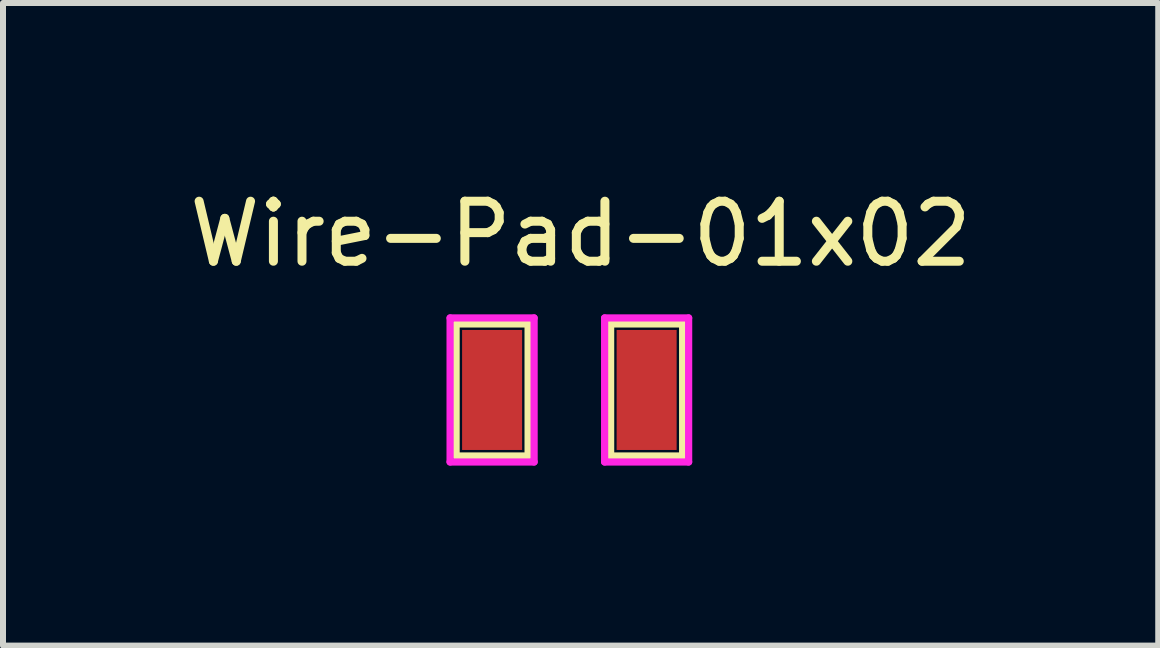
<source format=kicad_pcb>
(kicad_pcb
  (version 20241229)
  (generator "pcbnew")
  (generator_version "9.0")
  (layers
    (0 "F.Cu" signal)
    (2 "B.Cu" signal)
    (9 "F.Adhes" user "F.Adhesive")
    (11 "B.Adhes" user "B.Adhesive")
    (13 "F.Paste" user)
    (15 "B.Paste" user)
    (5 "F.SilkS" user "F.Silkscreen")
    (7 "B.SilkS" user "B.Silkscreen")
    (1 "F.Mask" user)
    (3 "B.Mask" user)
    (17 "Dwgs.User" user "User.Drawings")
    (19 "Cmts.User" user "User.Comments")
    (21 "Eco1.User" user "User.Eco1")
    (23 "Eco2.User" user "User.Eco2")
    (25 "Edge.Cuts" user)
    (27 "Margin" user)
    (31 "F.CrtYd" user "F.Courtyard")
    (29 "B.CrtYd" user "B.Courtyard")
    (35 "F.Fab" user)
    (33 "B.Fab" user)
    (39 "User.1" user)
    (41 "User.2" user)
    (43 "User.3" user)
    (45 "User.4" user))
  (footprint "Wire-Pad-01x02"
    (layer "F.Cu")
    (at 6.625 0.348)
    (property "Reference" "Wire-Pad-01x02" (at 0 0.5 0) (layer "F.SilkS") (effects (font (size 1 1) (thickness 0.15))))
    (attr through_hole)
    (fp_line (start -2.075 2) (end -0.875 2) (stroke (width 0.12) (type solid)) (layer "F.SilkS"))
    (fp_line (start -2.075 4.2) (end -2.075 2) (stroke (width 0.12) (type solid)) (layer "F.SilkS"))
    (fp_line (start -0.875 2) (end -0.875 4.2) (stroke (width 0.12) (type solid)) (layer "F.SilkS"))
    (fp_line (start -0.875 4.2) (end -2.075 4.2) (stroke (width 0.12) (type solid)) (layer "F.SilkS"))
    (fp_line (start 0.5 2) (end 1.7 2) (stroke (width 0.12) (type solid)) (layer "F.SilkS"))
    (fp_line (start 0.5 4.2) (end 0.5 2) (stroke (width 0.12) (type solid)) (layer "F.SilkS"))
    (fp_line (start 1.7 2) (end 1.7 4.2) (stroke (width 0.12) (type solid)) (layer "F.SilkS"))
    (fp_line (start 1.7 4.2) (end 0.5 4.2) (stroke (width 0.12) (type solid)) (layer "F.SilkS"))
    (fp_line (start -2.175 1.9) (end -0.775 1.9) (stroke (width 0.12) (type solid)) (layer "F.CrtYd"))
    (fp_line (start -2.175 4.3) (end -2.175 1.9) (stroke (width 0.12) (type solid)) (layer "F.CrtYd"))
    (fp_line (start -0.775 1.9) (end -0.775 4.3) (stroke (width 0.12) (type solid)) (layer "F.CrtYd"))
    (fp_line (start -0.775 4.3) (end -2.175 4.3) (stroke (width 0.12) (type solid)) (layer "F.CrtYd"))
    (fp_line (start 0.4 1.9) (end 1.8 1.9) (stroke (width 0.12) (type solid)) (layer "F.CrtYd"))
    (fp_line (start 0.4 4.3) (end 0.4 1.9) (stroke (width 0.12) (type solid)) (layer "F.CrtYd"))
    (fp_line (start 1.8 1.9) (end 1.8 4.3) (stroke (width 0.12) (type solid)) (layer "F.CrtYd"))
    (fp_line (start 1.8 4.3) (end 0.4 4.3) (stroke (width 0.12) (type solid)) (layer "F.CrtYd"))
    (pad "1" smd rect (at -1.475 3.1) (size 1 2) (layers "F.Cu" "F.Mask" "F.Paste"))
    (pad "2" smd rect (at 1.1 3.1) (size 1 2) (layers "F.Cu" "F.Mask" "F.Paste")))
  (gr_rect
    (start -3 -3)
    (end 16.25 7.708)
    (stroke (width 0.1) (type default))
    (fill no)
    (layer "Edge.Cuts")))
</source>
